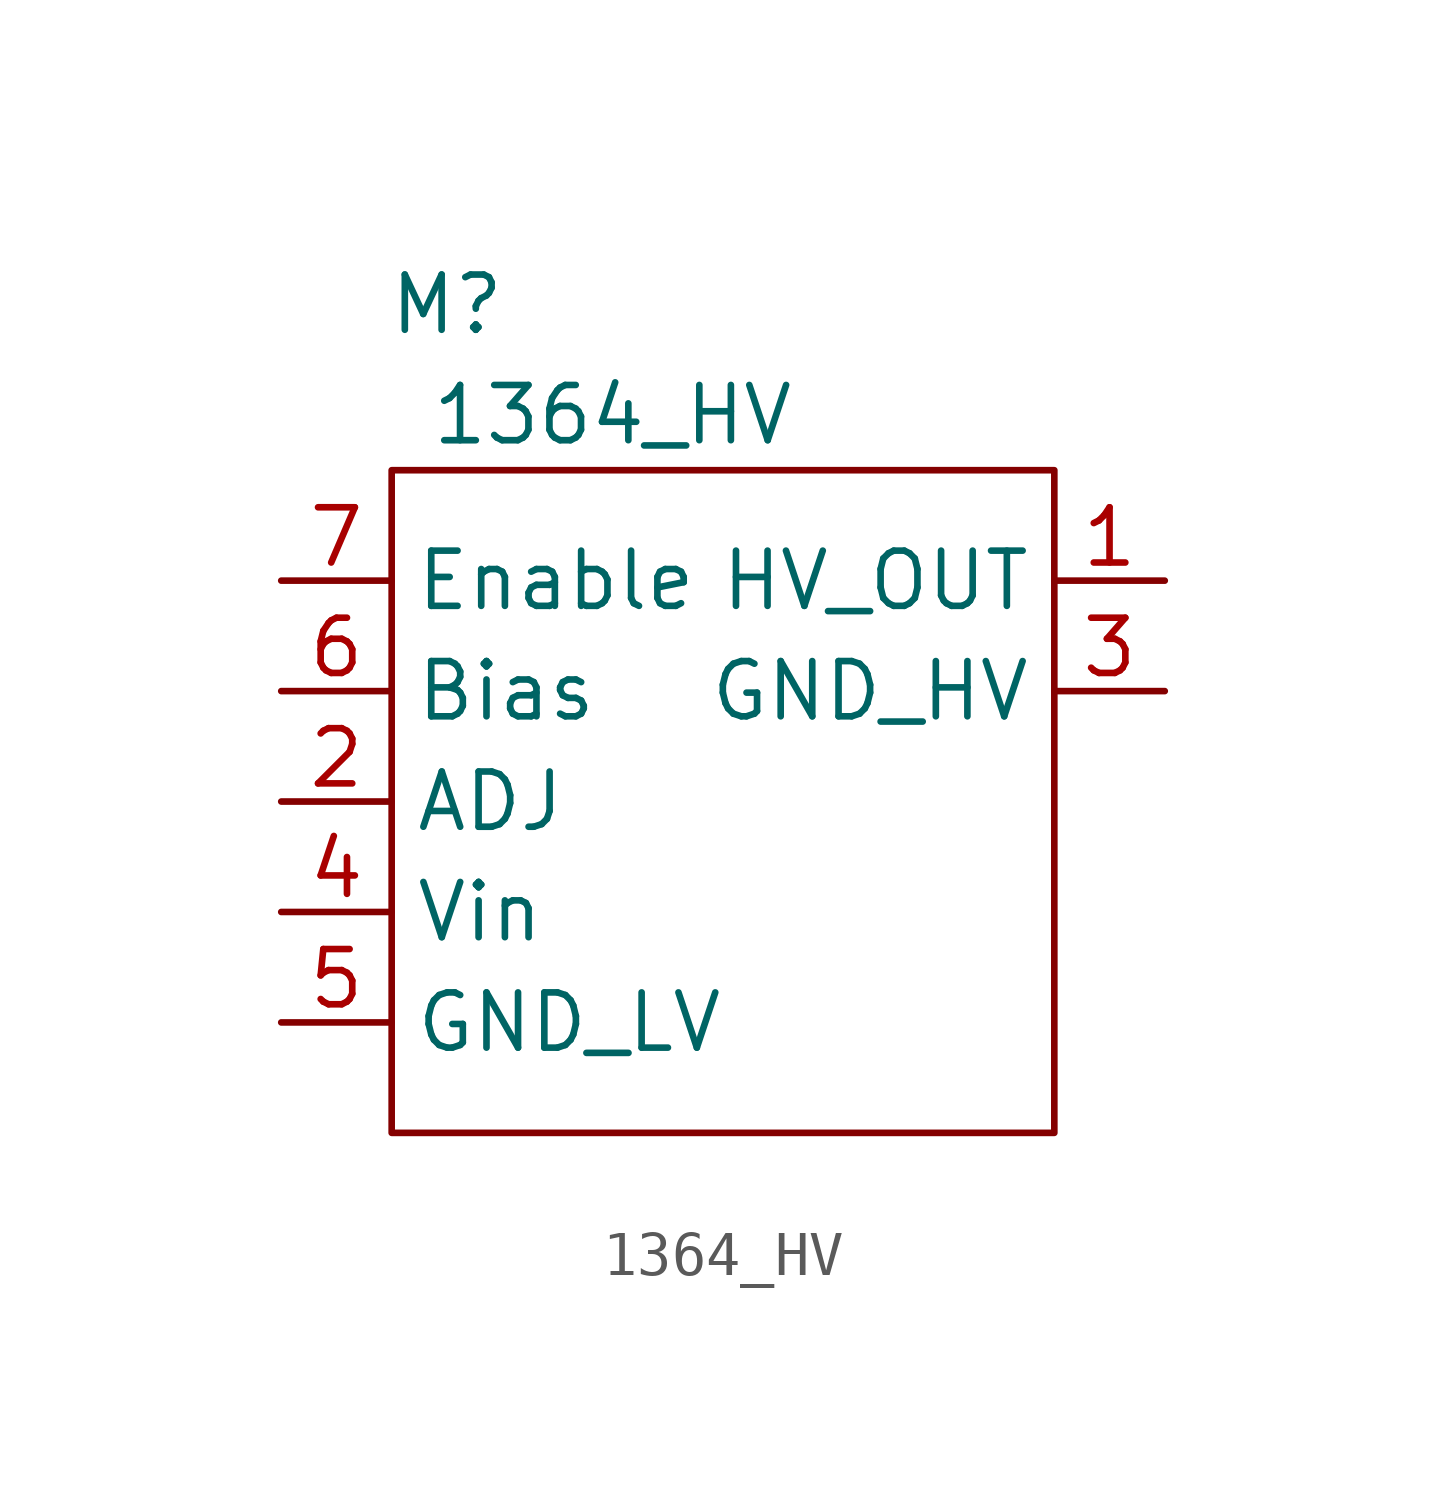
<source format=kicad_sym>
(kicad_symbol_lib
  (version 20211014)
  (generator kicad_symbol_editor)
  (symbol "1364_HV"
    (property "Reference" "M"
      (at -2.54 1.27 0)
      (effects (font (size 1.27 1.27))))
    (property "Value" "1364_HV"
      (at 1.27 -1.27 0)
      (effects (font (size 1.27 1.27))))
    (symbol "1364_HV_0_1"
      (rectangle (start -3.81 -2.54) (end 11.43 -17.78) (stroke (width 0) (type default) (color 0 0 0 0)) (fill (type none))))
    (symbol "1364_HV_1_1"
      (pin output line (at 13.97 -5.08 180) (length 2.54) (name "HV_OUT" (effects (font (size 1.27 1.27)))) (number "1" (effects (font (size 1.27 1.27)))))
      (pin input line (at -6.35 -10.16 0) (length 2.54) (name "ADJ" (effects (font (size 1.27 1.27)))) (number "2" (effects (font (size 1.27 1.27)))))
      (pin input line (at 13.97 -7.62 180) (length 2.54) (name "GND_HV" (effects (font (size 1.27 1.27)))) (number "3" (effects (font (size 1.27 1.27)))))
      (pin input line (at -6.35 -12.7 0) (length 2.54) (name "Vin" (effects (font (size 1.27 1.27)))) (number "4" (effects (font (size 1.27 1.27)))))
      (pin input line (at -6.35 -15.24 0) (length 2.54) (name "GND_LV" (effects (font (size 1.27 1.27)))) (number "5" (effects (font (size 1.27 1.27)))))
      (pin input line (at -6.35 -7.62 0) (length 2.54) (name "Bias" (effects (font (size 1.27 1.27)))) (number "6" (effects (font (size 1.27 1.27)))))
      (pin input line (at -6.35 -5.08 0) (length 2.54) (name "Enable" (effects (font (size 1.27 1.27)))) (number "7" (effects (font (size 1.27 1.27))))))))
</source>
